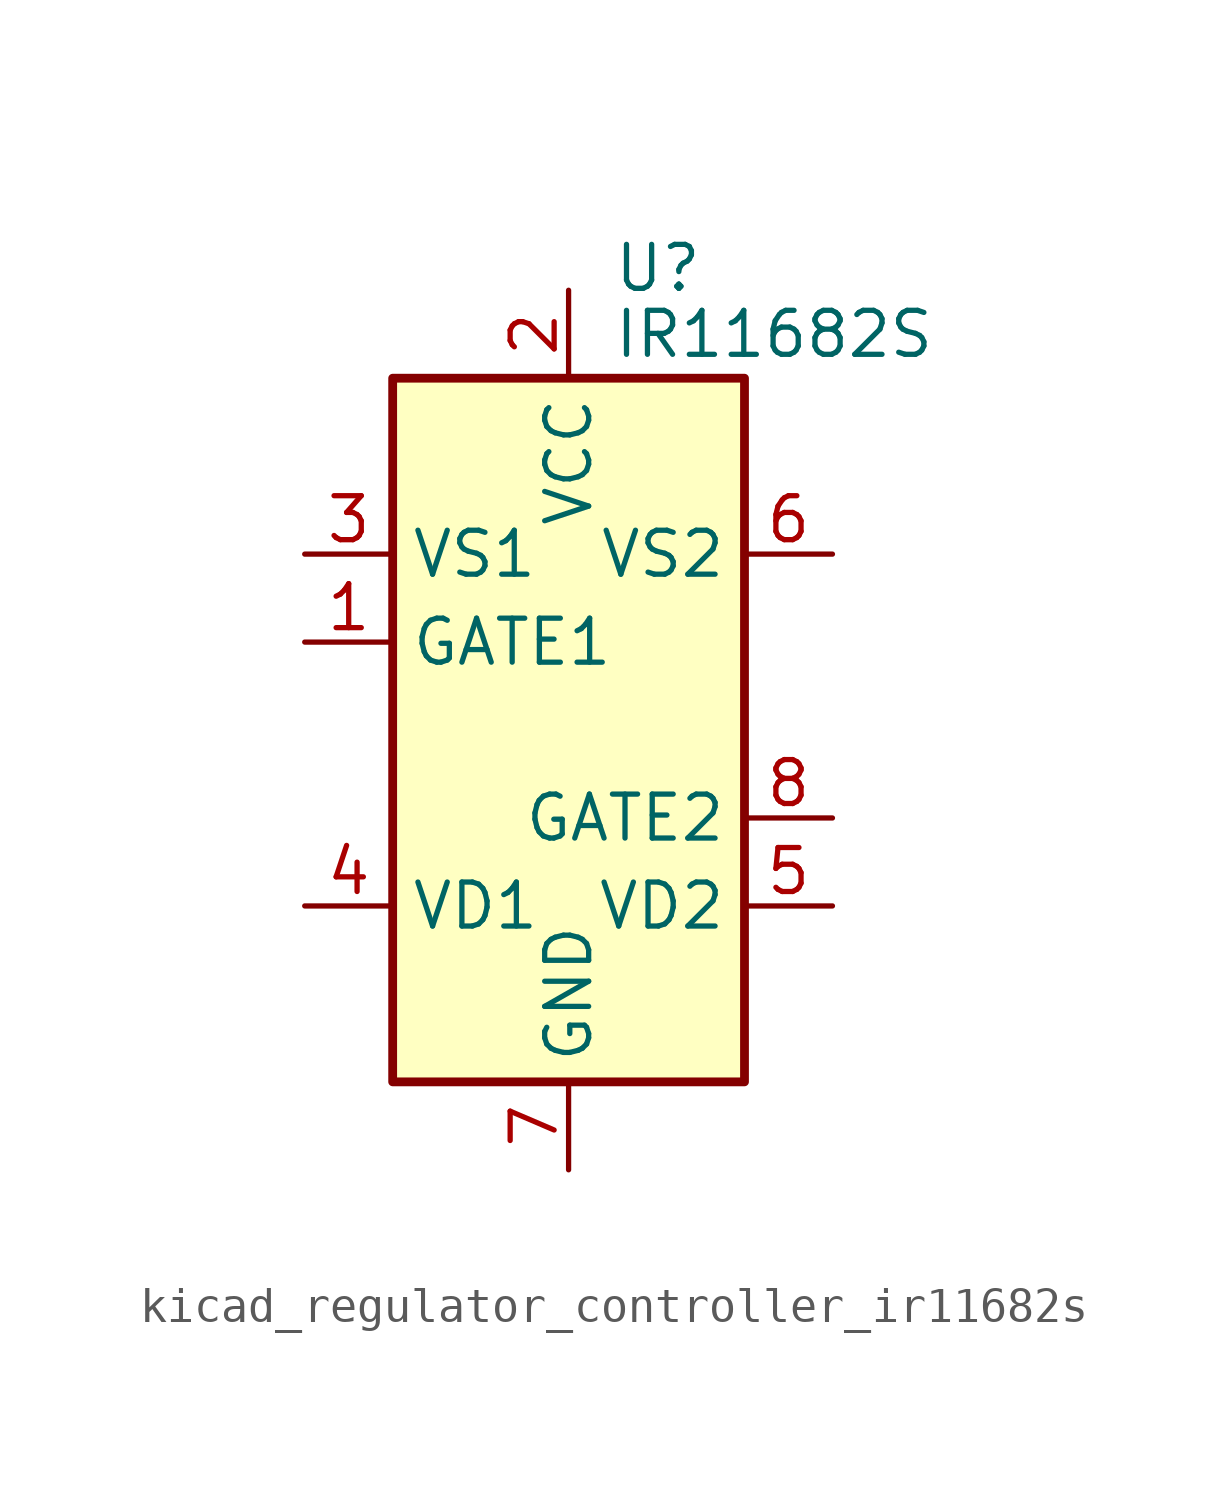
<source format=kicad_sym>
(kicad_symbol_lib
  (version 20220914)
  (generator kicad_symbol_editor)
  (symbol "kicad_regulator_controller_ir11682s"
    (property "Reference" "U"
      (at 1.27 13.335 0)
      (effects (font (size 1.27 1.27)) (justify left)))
    (property "Value" "IR11682S"
      (at 1.27 11.43 0)
      (effects (font (size 1.27 1.27)) (justify left)))
    (symbol "kicad_regulator_controller_ir11682s_0_1"
      (rectangle (start -5.08 -10.16) (end 5.08 10.16) (stroke (width 0.254) (type default)) (fill (type background))))
    (symbol "kicad_regulator_controller_ir11682s_1_1"
      (pin output line (at -7.62 2.54 0) (length 2.54) (name "GATE1" (effects (font (size 1.27 1.27)))) (number "1" (effects (font (size 1.27 1.27)))))
      (pin power_in line (at 0 12.7 270) (length 2.54) (name "VCC" (effects (font (size 1.27 1.27)))) (number "2" (effects (font (size 1.27 1.27)))))
      (pin input line (at -7.62 5.08 0) (length 2.54) (name "VS1" (effects (font (size 1.27 1.27)))) (number "3" (effects (font (size 1.27 1.27)))))
      (pin input line (at -7.62 -5.08 0) (length 2.54) (name "VD1" (effects (font (size 1.27 1.27)))) (number "4" (effects (font (size 1.27 1.27)))))
      (pin input line (at 7.62 -5.08 180) (length 2.54) (name "VD2" (effects (font (size 1.27 1.27)))) (number "5" (effects (font (size 1.27 1.27)))))
      (pin input line (at 7.62 5.08 180) (length 2.54) (name "VS2" (effects (font (size 1.27 1.27)))) (number "6" (effects (font (size 1.27 1.27)))))
      (pin power_in line (at 0 -12.7 90) (length 2.54) (name "GND" (effects (font (size 1.27 1.27)))) (number "7" (effects (font (size 1.27 1.27)))))
      (pin output line (at 7.62 -2.54 180) (length 2.54) (name "GATE2" (effects (font (size 1.27 1.27)))) (number "8" (effects (font (size 1.27 1.27))))))))
</source>
